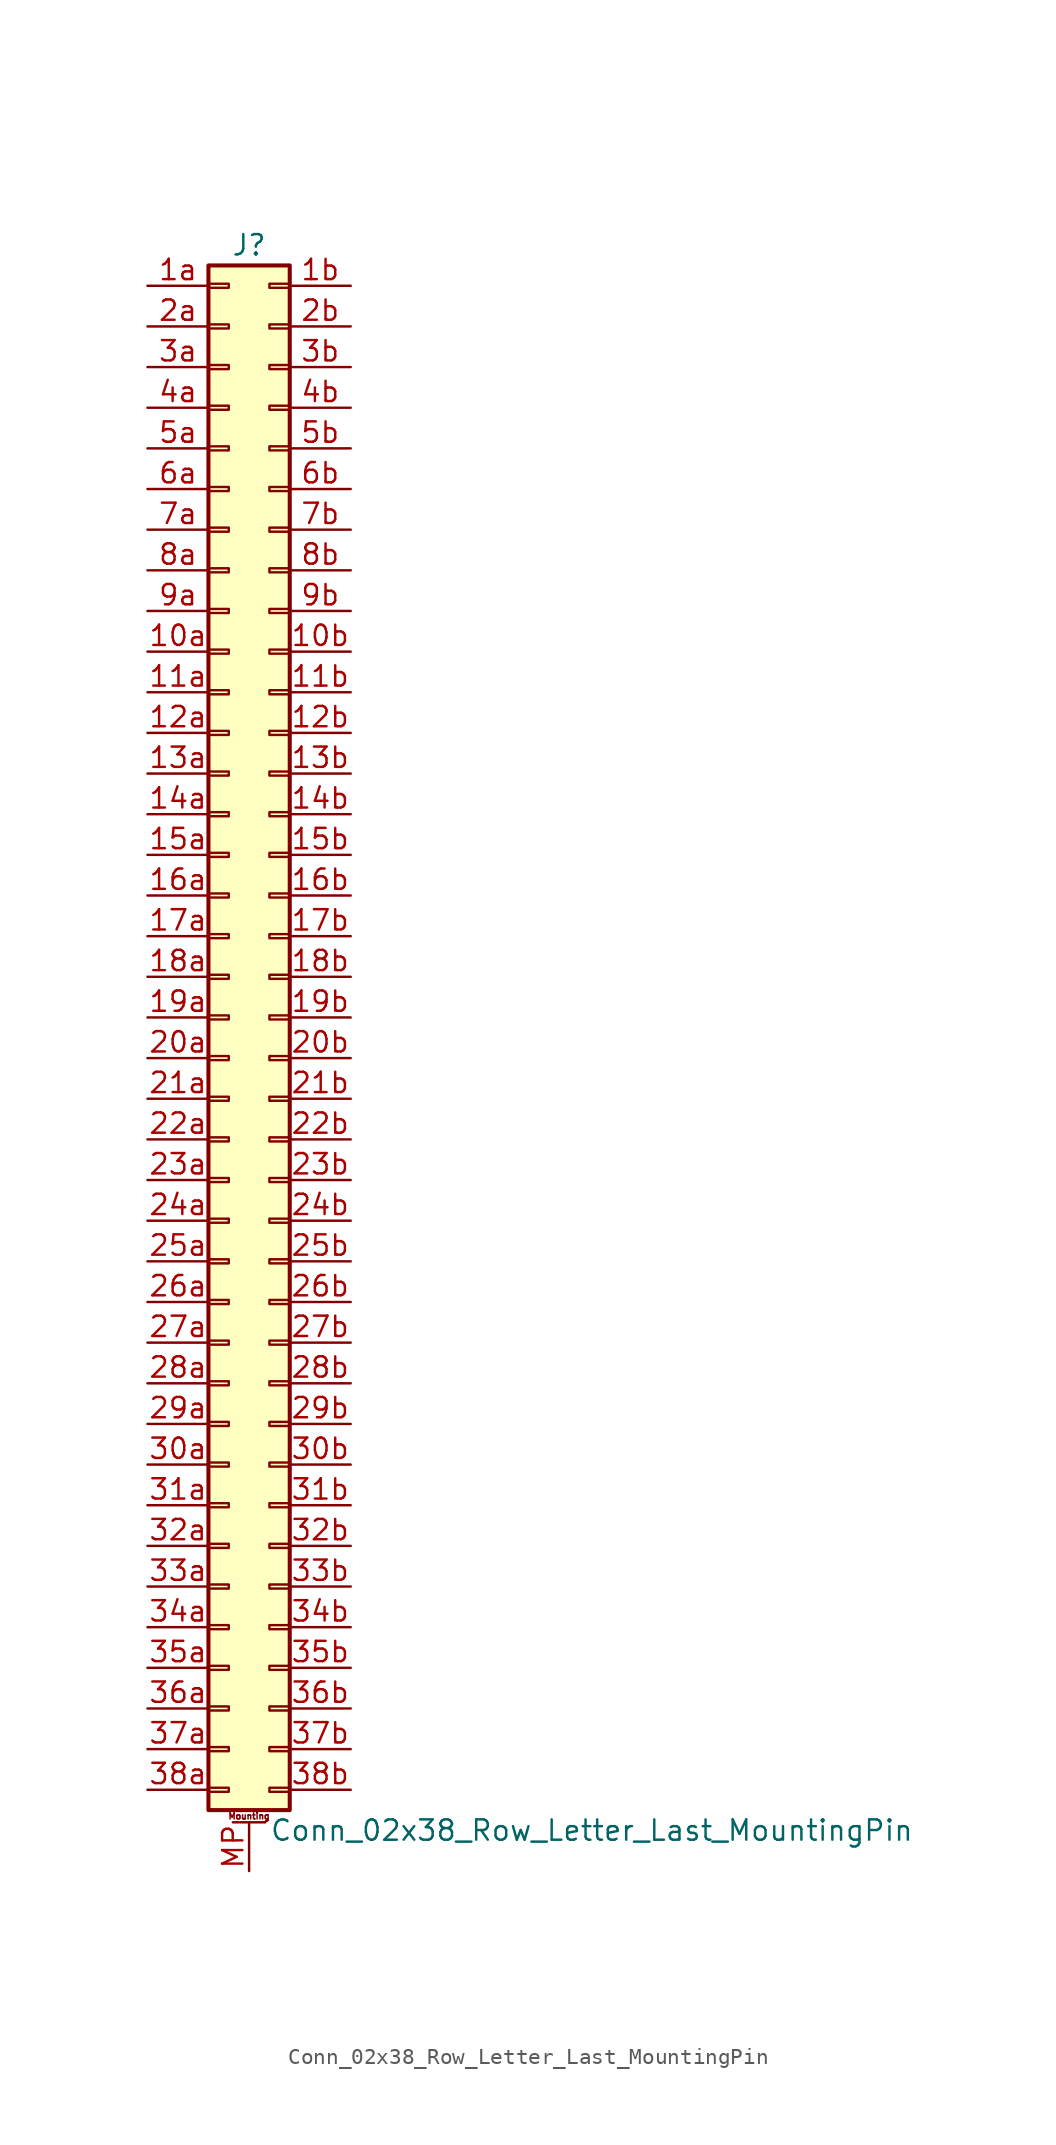
<source format=kicad_sym>
(kicad_symbol_lib
  (version 20201005)
  (generator kicad_symbol_editor)
  (symbol "Conn_02x38_Row_Letter_Last_MountingPin"
    (pin_names
      (offset 1.016) hide)
    (property "Reference" "J"
      (at 1.27 48.26 0)
      (effects (font (size 1.27 1.27))))
    (property "Value" "Conn_02x38_Row_Letter_Last_MountingPin"
      (at 2.54 -50.8 0)
      (effects (font (size 1.27 1.27)) (justify left)))
    (symbol "Conn_02x38_Row_Letter_Last_MountingPin_1_1"
      (text "Mounting" (at 1.27 -49.911 0) (effects (font (size 0.381 0.381))))
      (rectangle (start -1.27 -48.133) (end 0 -48.387) (stroke (width 0.152)) (fill (type none)))
      (rectangle (start -1.27 -45.593) (end 0 -45.847) (stroke (width 0.152)) (fill (type none)))
      (rectangle (start -1.27 -43.053) (end 0 -43.307) (stroke (width 0.152)) (fill (type none)))
      (rectangle (start -1.27 -40.513) (end 0 -40.767) (stroke (width 0.152)) (fill (type none)))
      (rectangle (start -1.27 -37.973) (end 0 -38.227) (stroke (width 0.152)) (fill (type none)))
      (rectangle (start -1.27 -35.433) (end 0 -35.687) (stroke (width 0.152)) (fill (type none)))
      (rectangle (start -1.27 -32.893) (end 0 -33.147) (stroke (width 0.152)) (fill (type none)))
      (rectangle (start -1.27 -30.353) (end 0 -30.607) (stroke (width 0.152)) (fill (type none)))
      (rectangle (start -1.27 -27.813) (end 0 -28.067) (stroke (width 0.152)) (fill (type none)))
      (rectangle (start -1.27 -25.273) (end 0 -25.527) (stroke (width 0.152)) (fill (type none)))
      (rectangle (start -1.27 -22.733) (end 0 -22.987) (stroke (width 0.152)) (fill (type none)))
      (rectangle (start -1.27 -20.193) (end 0 -20.447) (stroke (width 0.152)) (fill (type none)))
      (rectangle (start -1.27 -17.653) (end 0 -17.907) (stroke (width 0.152)) (fill (type none)))
      (rectangle (start -1.27 -15.113) (end 0 -15.367) (stroke (width 0.152)) (fill (type none)))
      (rectangle (start -1.27 -12.573) (end 0 -12.827) (stroke (width 0.152)) (fill (type none)))
      (rectangle (start -1.27 -10.033) (end 0 -10.287) (stroke (width 0.152)) (fill (type none)))
      (rectangle (start -1.27 -7.493) (end 0 -7.747) (stroke (width 0.152)) (fill (type none)))
      (rectangle (start -1.27 -4.953) (end 0 -5.207) (stroke (width 0.152)) (fill (type none)))
      (rectangle (start -1.27 -2.413) (end 0 -2.667) (stroke (width 0.152)) (fill (type none)))
      (rectangle (start -1.27 0.127) (end 0 -0.127) (stroke (width 0.152)) (fill (type none)))
      (rectangle (start -1.27 2.667) (end 0 2.413) (stroke (width 0.152)) (fill (type none)))
      (rectangle (start -1.27 5.207) (end 0 4.953) (stroke (width 0.152)) (fill (type none)))
      (rectangle (start -1.27 7.747) (end 0 7.493) (stroke (width 0.152)) (fill (type none)))
      (rectangle (start -1.27 10.287) (end 0 10.033) (stroke (width 0.152)) (fill (type none)))
      (rectangle (start -1.27 12.827) (end 0 12.573) (stroke (width 0.152)) (fill (type none)))
      (rectangle (start -1.27 15.367) (end 0 15.113) (stroke (width 0.152)) (fill (type none)))
      (rectangle (start -1.27 17.907) (end 0 17.653) (stroke (width 0.152)) (fill (type none)))
      (rectangle (start -1.27 20.447) (end 0 20.193) (stroke (width 0.152)) (fill (type none)))
      (rectangle (start -1.27 22.987) (end 0 22.733) (stroke (width 0.152)) (fill (type none)))
      (rectangle (start -1.27 25.527) (end 0 25.273) (stroke (width 0.152)) (fill (type none)))
      (rectangle (start -1.27 28.067) (end 0 27.813) (stroke (width 0.152)) (fill (type none)))
      (rectangle (start -1.27 30.607) (end 0 30.353) (stroke (width 0.152)) (fill (type none)))
      (rectangle (start -1.27 33.147) (end 0 32.893) (stroke (width 0.152)) (fill (type none)))
      (rectangle (start -1.27 35.687) (end 0 35.433) (stroke (width 0.152)) (fill (type none)))
      (rectangle (start -1.27 38.227) (end 0 37.973) (stroke (width 0.152)) (fill (type none)))
      (rectangle (start -1.27 40.767) (end 0 40.513) (stroke (width 0.152)) (fill (type none)))
      (rectangle (start -1.27 43.307) (end 0 43.053) (stroke (width 0.152)) (fill (type none)))
      (rectangle (start -1.27 45.847) (end 0 45.593) (stroke (width 0.152)) (fill (type none)))
      (rectangle (start -1.27 46.99) (end 3.81 -49.53) (stroke (width 0.254)) (fill (type background)))
      (rectangle (start 3.81 -48.133) (end 2.54 -48.387) (stroke (width 0.152)) (fill (type none)))
      (rectangle (start 3.81 -45.593) (end 2.54 -45.847) (stroke (width 0.152)) (fill (type none)))
      (rectangle (start 3.81 -43.053) (end 2.54 -43.307) (stroke (width 0.152)) (fill (type none)))
      (rectangle (start 3.81 -40.513) (end 2.54 -40.767) (stroke (width 0.152)) (fill (type none)))
      (rectangle (start 3.81 -37.973) (end 2.54 -38.227) (stroke (width 0.152)) (fill (type none)))
      (rectangle (start 3.81 -35.433) (end 2.54 -35.687) (stroke (width 0.152)) (fill (type none)))
      (rectangle (start 3.81 -32.893) (end 2.54 -33.147) (stroke (width 0.152)) (fill (type none)))
      (rectangle (start 3.81 -30.353) (end 2.54 -30.607) (stroke (width 0.152)) (fill (type none)))
      (rectangle (start 3.81 -27.813) (end 2.54 -28.067) (stroke (width 0.152)) (fill (type none)))
      (rectangle (start 3.81 -25.273) (end 2.54 -25.527) (stroke (width 0.152)) (fill (type none)))
      (rectangle (start 3.81 -22.733) (end 2.54 -22.987) (stroke (width 0.152)) (fill (type none)))
      (rectangle (start 3.81 -20.193) (end 2.54 -20.447) (stroke (width 0.152)) (fill (type none)))
      (rectangle (start 3.81 -17.653) (end 2.54 -17.907) (stroke (width 0.152)) (fill (type none)))
      (rectangle (start 3.81 -15.113) (end 2.54 -15.367) (stroke (width 0.152)) (fill (type none)))
      (rectangle (start 3.81 -12.573) (end 2.54 -12.827) (stroke (width 0.152)) (fill (type none)))
      (rectangle (start 3.81 -10.033) (end 2.54 -10.287) (stroke (width 0.152)) (fill (type none)))
      (rectangle (start 3.81 -7.493) (end 2.54 -7.747) (stroke (width 0.152)) (fill (type none)))
      (rectangle (start 3.81 -4.953) (end 2.54 -5.207) (stroke (width 0.152)) (fill (type none)))
      (rectangle (start 3.81 -2.413) (end 2.54 -2.667) (stroke (width 0.152)) (fill (type none)))
      (rectangle (start 3.81 0.127) (end 2.54 -0.127) (stroke (width 0.152)) (fill (type none)))
      (rectangle (start 3.81 2.667) (end 2.54 2.413) (stroke (width 0.152)) (fill (type none)))
      (rectangle (start 3.81 5.207) (end 2.54 4.953) (stroke (width 0.152)) (fill (type none)))
      (rectangle (start 3.81 7.747) (end 2.54 7.493) (stroke (width 0.152)) (fill (type none)))
      (rectangle (start 3.81 10.287) (end 2.54 10.033) (stroke (width 0.152)) (fill (type none)))
      (rectangle (start 3.81 12.827) (end 2.54 12.573) (stroke (width 0.152)) (fill (type none)))
      (rectangle (start 3.81 15.367) (end 2.54 15.113) (stroke (width 0.152)) (fill (type none)))
      (rectangle (start 3.81 17.907) (end 2.54 17.653) (stroke (width 0.152)) (fill (type none)))
      (rectangle (start 3.81 20.447) (end 2.54 20.193) (stroke (width 0.152)) (fill (type none)))
      (rectangle (start 3.81 22.987) (end 2.54 22.733) (stroke (width 0.152)) (fill (type none)))
      (rectangle (start 3.81 25.527) (end 2.54 25.273) (stroke (width 0.152)) (fill (type none)))
      (rectangle (start 3.81 28.067) (end 2.54 27.813) (stroke (width 0.152)) (fill (type none)))
      (rectangle (start 3.81 30.607) (end 2.54 30.353) (stroke (width 0.152)) (fill (type none)))
      (rectangle (start 3.81 33.147) (end 2.54 32.893) (stroke (width 0.152)) (fill (type none)))
      (rectangle (start 3.81 35.687) (end 2.54 35.433) (stroke (width 0.152)) (fill (type none)))
      (rectangle (start 3.81 38.227) (end 2.54 37.973) (stroke (width 0.152)) (fill (type none)))
      (rectangle (start 3.81 40.767) (end 2.54 40.513) (stroke (width 0.152)) (fill (type none)))
      (rectangle (start 3.81 43.307) (end 2.54 43.053) (stroke (width 0.152)) (fill (type none)))
      (rectangle (start 3.81 45.847) (end 2.54 45.593) (stroke (width 0.152)) (fill (type none)))
      (polyline (pts (xy 0.254 -50.292) (xy 2.286 -50.292)) (stroke (width 0.152)) (fill (type none)))
      (pin passive line (at -5.08 22.86 0) (length 3.81) (name "Pin_10a" (effects (font (size 1.27 1.27)))) (number "10a" (effects (font (size 1.27 1.27)))))
      (pin passive line (at 7.62 22.86 180) (length 3.81) (name "Pin_10b" (effects (font (size 1.27 1.27)))) (number "10b" (effects (font (size 1.27 1.27)))))
      (pin passive line (at -5.08 20.32 0) (length 3.81) (name "Pin_11a" (effects (font (size 1.27 1.27)))) (number "11a" (effects (font (size 1.27 1.27)))))
      (pin passive line (at 7.62 20.32 180) (length 3.81) (name "Pin_11b" (effects (font (size 1.27 1.27)))) (number "11b" (effects (font (size 1.27 1.27)))))
      (pin passive line (at -5.08 17.78 0) (length 3.81) (name "Pin_12a" (effects (font (size 1.27 1.27)))) (number "12a" (effects (font (size 1.27 1.27)))))
      (pin passive line (at 7.62 17.78 180) (length 3.81) (name "Pin_12b" (effects (font (size 1.27 1.27)))) (number "12b" (effects (font (size 1.27 1.27)))))
      (pin passive line (at -5.08 15.24 0) (length 3.81) (name "Pin_13a" (effects (font (size 1.27 1.27)))) (number "13a" (effects (font (size 1.27 1.27)))))
      (pin passive line (at 7.62 15.24 180) (length 3.81) (name "Pin_13b" (effects (font (size 1.27 1.27)))) (number "13b" (effects (font (size 1.27 1.27)))))
      (pin passive line (at -5.08 12.7 0) (length 3.81) (name "Pin_14a" (effects (font (size 1.27 1.27)))) (number "14a" (effects (font (size 1.27 1.27)))))
      (pin passive line (at 7.62 12.7 180) (length 3.81) (name "Pin_14b" (effects (font (size 1.27 1.27)))) (number "14b" (effects (font (size 1.27 1.27)))))
      (pin passive line (at -5.08 10.16 0) (length 3.81) (name "Pin_15a" (effects (font (size 1.27 1.27)))) (number "15a" (effects (font (size 1.27 1.27)))))
      (pin passive line (at 7.62 10.16 180) (length 3.81) (name "Pin_15b" (effects (font (size 1.27 1.27)))) (number "15b" (effects (font (size 1.27 1.27)))))
      (pin passive line (at -5.08 7.62 0) (length 3.81) (name "Pin_16a" (effects (font (size 1.27 1.27)))) (number "16a" (effects (font (size 1.27 1.27)))))
      (pin passive line (at 7.62 7.62 180) (length 3.81) (name "Pin_16b" (effects (font (size 1.27 1.27)))) (number "16b" (effects (font (size 1.27 1.27)))))
      (pin passive line (at -5.08 5.08 0) (length 3.81) (name "Pin_17a" (effects (font (size 1.27 1.27)))) (number "17a" (effects (font (size 1.27 1.27)))))
      (pin passive line (at 7.62 5.08 180) (length 3.81) (name "Pin_17b" (effects (font (size 1.27 1.27)))) (number "17b" (effects (font (size 1.27 1.27)))))
      (pin passive line (at -5.08 2.54 0) (length 3.81) (name "Pin_18a" (effects (font (size 1.27 1.27)))) (number "18a" (effects (font (size 1.27 1.27)))))
      (pin passive line (at 7.62 2.54 180) (length 3.81) (name "Pin_18b" (effects (font (size 1.27 1.27)))) (number "18b" (effects (font (size 1.27 1.27)))))
      (pin passive line (at -5.08 0 0) (length 3.81) (name "Pin_19a" (effects (font (size 1.27 1.27)))) (number "19a" (effects (font (size 1.27 1.27)))))
      (pin passive line (at 7.62 0 180) (length 3.81) (name "Pin_19b" (effects (font (size 1.27 1.27)))) (number "19b" (effects (font (size 1.27 1.27)))))
      (pin passive line (at -5.08 45.72 0) (length 3.81) (name "Pin_1a" (effects (font (size 1.27 1.27)))) (number "1a" (effects (font (size 1.27 1.27)))))
      (pin passive line (at 7.62 45.72 180) (length 3.81) (name "Pin_1b" (effects (font (size 1.27 1.27)))) (number "1b" (effects (font (size 1.27 1.27)))))
      (pin passive line (at -5.08 -2.54 0) (length 3.81) (name "Pin_20a" (effects (font (size 1.27 1.27)))) (number "20a" (effects (font (size 1.27 1.27)))))
      (pin passive line (at 7.62 -2.54 180) (length 3.81) (name "Pin_20b" (effects (font (size 1.27 1.27)))) (number "20b" (effects (font (size 1.27 1.27)))))
      (pin passive line (at -5.08 -5.08 0) (length 3.81) (name "Pin_21a" (effects (font (size 1.27 1.27)))) (number "21a" (effects (font (size 1.27 1.27)))))
      (pin passive line (at 7.62 -5.08 180) (length 3.81) (name "Pin_21b" (effects (font (size 1.27 1.27)))) (number "21b" (effects (font (size 1.27 1.27)))))
      (pin passive line (at -5.08 -7.62 0) (length 3.81) (name "Pin_22a" (effects (font (size 1.27 1.27)))) (number "22a" (effects (font (size 1.27 1.27)))))
      (pin passive line (at 7.62 -7.62 180) (length 3.81) (name "Pin_22b" (effects (font (size 1.27 1.27)))) (number "22b" (effects (font (size 1.27 1.27)))))
      (pin passive line (at -5.08 -10.16 0) (length 3.81) (name "Pin_23a" (effects (font (size 1.27 1.27)))) (number "23a" (effects (font (size 1.27 1.27)))))
      (pin passive line (at 7.62 -10.16 180) (length 3.81) (name "Pin_23b" (effects (font (size 1.27 1.27)))) (number "23b" (effects (font (size 1.27 1.27)))))
      (pin passive line (at -5.08 -12.7 0) (length 3.81) (name "Pin_24a" (effects (font (size 1.27 1.27)))) (number "24a" (effects (font (size 1.27 1.27)))))
      (pin passive line (at 7.62 -12.7 180) (length 3.81) (name "Pin_24b" (effects (font (size 1.27 1.27)))) (number "24b" (effects (font (size 1.27 1.27)))))
      (pin passive line (at -5.08 -15.24 0) (length 3.81) (name "Pin_25a" (effects (font (size 1.27 1.27)))) (number "25a" (effects (font (size 1.27 1.27)))))
      (pin passive line (at 7.62 -15.24 180) (length 3.81) (name "Pin_25b" (effects (font (size 1.27 1.27)))) (number "25b" (effects (font (size 1.27 1.27)))))
      (pin passive line (at -5.08 -17.78 0) (length 3.81) (name "Pin_26a" (effects (font (size 1.27 1.27)))) (number "26a" (effects (font (size 1.27 1.27)))))
      (pin passive line (at 7.62 -17.78 180) (length 3.81) (name "Pin_26b" (effects (font (size 1.27 1.27)))) (number "26b" (effects (font (size 1.27 1.27)))))
      (pin passive line (at -5.08 -20.32 0) (length 3.81) (name "Pin_27a" (effects (font (size 1.27 1.27)))) (number "27a" (effects (font (size 1.27 1.27)))))
      (pin passive line (at 7.62 -20.32 180) (length 3.81) (name "Pin_27b" (effects (font (size 1.27 1.27)))) (number "27b" (effects (font (size 1.27 1.27)))))
      (pin passive line (at -5.08 -22.86 0) (length 3.81) (name "Pin_28a" (effects (font (size 1.27 1.27)))) (number "28a" (effects (font (size 1.27 1.27)))))
      (pin passive line (at 7.62 -22.86 180) (length 3.81) (name "Pin_28b" (effects (font (size 1.27 1.27)))) (number "28b" (effects (font (size 1.27 1.27)))))
      (pin passive line (at -5.08 -25.4 0) (length 3.81) (name "Pin_29a" (effects (font (size 1.27 1.27)))) (number "29a" (effects (font (size 1.27 1.27)))))
      (pin passive line (at 7.62 -25.4 180) (length 3.81) (name "Pin_29b" (effects (font (size 1.27 1.27)))) (number "29b" (effects (font (size 1.27 1.27)))))
      (pin passive line (at -5.08 43.18 0) (length 3.81) (name "Pin_2a" (effects (font (size 1.27 1.27)))) (number "2a" (effects (font (size 1.27 1.27)))))
      (pin passive line (at 7.62 43.18 180) (length 3.81) (name "Pin_2b" (effects (font (size 1.27 1.27)))) (number "2b" (effects (font (size 1.27 1.27)))))
      (pin passive line (at -5.08 -27.94 0) (length 3.81) (name "Pin_30a" (effects (font (size 1.27 1.27)))) (number "30a" (effects (font (size 1.27 1.27)))))
      (pin passive line (at 7.62 -27.94 180) (length 3.81) (name "Pin_30b" (effects (font (size 1.27 1.27)))) (number "30b" (effects (font (size 1.27 1.27)))))
      (pin passive line (at -5.08 -30.48 0) (length 3.81) (name "Pin_31a" (effects (font (size 1.27 1.27)))) (number "31a" (effects (font (size 1.27 1.27)))))
      (pin passive line (at 7.62 -30.48 180) (length 3.81) (name "Pin_31b" (effects (font (size 1.27 1.27)))) (number "31b" (effects (font (size 1.27 1.27)))))
      (pin passive line (at -5.08 -33.02 0) (length 3.81) (name "Pin_32a" (effects (font (size 1.27 1.27)))) (number "32a" (effects (font (size 1.27 1.27)))))
      (pin passive line (at 7.62 -33.02 180) (length 3.81) (name "Pin_32b" (effects (font (size 1.27 1.27)))) (number "32b" (effects (font (size 1.27 1.27)))))
      (pin passive line (at -5.08 -35.56 0) (length 3.81) (name "Pin_33a" (effects (font (size 1.27 1.27)))) (number "33a" (effects (font (size 1.27 1.27)))))
      (pin passive line (at 7.62 -35.56 180) (length 3.81) (name "Pin_33b" (effects (font (size 1.27 1.27)))) (number "33b" (effects (font (size 1.27 1.27)))))
      (pin passive line (at -5.08 -38.1 0) (length 3.81) (name "Pin_34a" (effects (font (size 1.27 1.27)))) (number "34a" (effects (font (size 1.27 1.27)))))
      (pin passive line (at 7.62 -38.1 180) (length 3.81) (name "Pin_34b" (effects (font (size 1.27 1.27)))) (number "34b" (effects (font (size 1.27 1.27)))))
      (pin passive line (at -5.08 -40.64 0) (length 3.81) (name "Pin_35a" (effects (font (size 1.27 1.27)))) (number "35a" (effects (font (size 1.27 1.27)))))
      (pin passive line (at 7.62 -40.64 180) (length 3.81) (name "Pin_35b" (effects (font (size 1.27 1.27)))) (number "35b" (effects (font (size 1.27 1.27)))))
      (pin passive line (at -5.08 -43.18 0) (length 3.81) (name "Pin_36a" (effects (font (size 1.27 1.27)))) (number "36a" (effects (font (size 1.27 1.27)))))
      (pin passive line (at 7.62 -43.18 180) (length 3.81) (name "Pin_36b" (effects (font (size 1.27 1.27)))) (number "36b" (effects (font (size 1.27 1.27)))))
      (pin passive line (at -5.08 -45.72 0) (length 3.81) (name "Pin_37a" (effects (font (size 1.27 1.27)))) (number "37a" (effects (font (size 1.27 1.27)))))
      (pin passive line (at 7.62 -45.72 180) (length 3.81) (name "Pin_37b" (effects (font (size 1.27 1.27)))) (number "37b" (effects (font (size 1.27 1.27)))))
      (pin passive line (at -5.08 -48.26 0) (length 3.81) (name "Pin_38a" (effects (font (size 1.27 1.27)))) (number "38a" (effects (font (size 1.27 1.27)))))
      (pin passive line (at 7.62 -48.26 180) (length 3.81) (name "Pin_38b" (effects (font (size 1.27 1.27)))) (number "38b" (effects (font (size 1.27 1.27)))))
      (pin passive line (at -5.08 40.64 0) (length 3.81) (name "Pin_3a" (effects (font (size 1.27 1.27)))) (number "3a" (effects (font (size 1.27 1.27)))))
      (pin passive line (at 7.62 40.64 180) (length 3.81) (name "Pin_3b" (effects (font (size 1.27 1.27)))) (number "3b" (effects (font (size 1.27 1.27)))))
      (pin passive line (at -5.08 38.1 0) (length 3.81) (name "Pin_4a" (effects (font (size 1.27 1.27)))) (number "4a" (effects (font (size 1.27 1.27)))))
      (pin passive line (at 7.62 38.1 180) (length 3.81) (name "Pin_4b" (effects (font (size 1.27 1.27)))) (number "4b" (effects (font (size 1.27 1.27)))))
      (pin passive line (at -5.08 35.56 0) (length 3.81) (name "Pin_5a" (effects (font (size 1.27 1.27)))) (number "5a" (effects (font (size 1.27 1.27)))))
      (pin passive line (at 7.62 35.56 180) (length 3.81) (name "Pin_5b" (effects (font (size 1.27 1.27)))) (number "5b" (effects (font (size 1.27 1.27)))))
      (pin passive line (at -5.08 33.02 0) (length 3.81) (name "Pin_6a" (effects (font (size 1.27 1.27)))) (number "6a" (effects (font (size 1.27 1.27)))))
      (pin passive line (at 7.62 33.02 180) (length 3.81) (name "Pin_6b" (effects (font (size 1.27 1.27)))) (number "6b" (effects (font (size 1.27 1.27)))))
      (pin passive line (at -5.08 30.48 0) (length 3.81) (name "Pin_7a" (effects (font (size 1.27 1.27)))) (number "7a" (effects (font (size 1.27 1.27)))))
      (pin passive line (at 7.62 30.48 180) (length 3.81) (name "Pin_7b" (effects (font (size 1.27 1.27)))) (number "7b" (effects (font (size 1.27 1.27)))))
      (pin passive line (at -5.08 27.94 0) (length 3.81) (name "Pin_8a" (effects (font (size 1.27 1.27)))) (number "8a" (effects (font (size 1.27 1.27)))))
      (pin passive line (at 7.62 27.94 180) (length 3.81) (name "Pin_8b" (effects (font (size 1.27 1.27)))) (number "8b" (effects (font (size 1.27 1.27)))))
      (pin passive line (at -5.08 25.4 0) (length 3.81) (name "Pin_9a" (effects (font (size 1.27 1.27)))) (number "9a" (effects (font (size 1.27 1.27)))))
      (pin passive line (at 7.62 25.4 180) (length 3.81) (name "Pin_9b" (effects (font (size 1.27 1.27)))) (number "9b" (effects (font (size 1.27 1.27)))))
      (pin passive line (at 1.27 -53.34 90) (length 3.048) (name "MountPin" (effects (font (size 1.27 1.27)))) (number "MP" (effects (font (size 1.27 1.27))))))))
</source>
